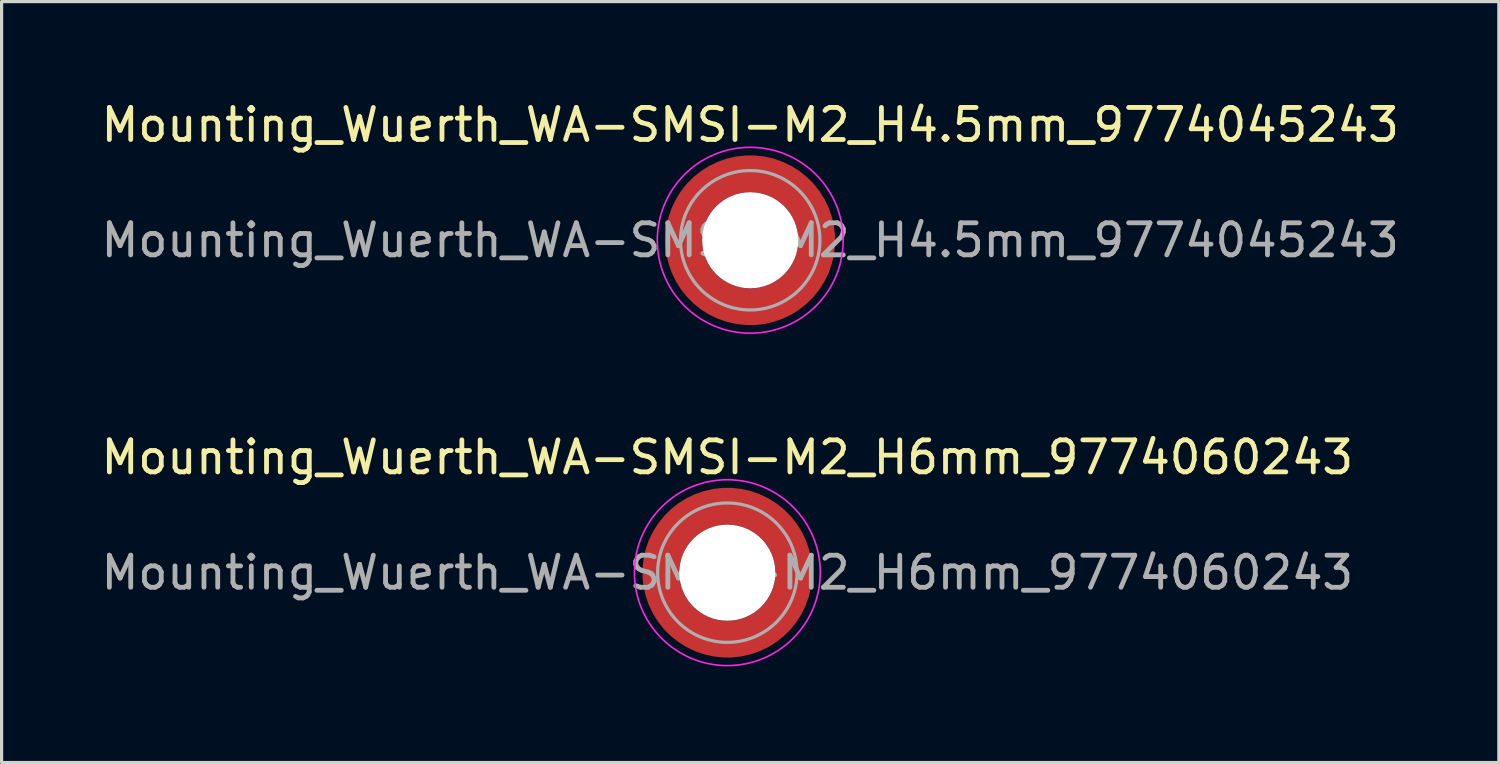
<source format=kicad_pcb>
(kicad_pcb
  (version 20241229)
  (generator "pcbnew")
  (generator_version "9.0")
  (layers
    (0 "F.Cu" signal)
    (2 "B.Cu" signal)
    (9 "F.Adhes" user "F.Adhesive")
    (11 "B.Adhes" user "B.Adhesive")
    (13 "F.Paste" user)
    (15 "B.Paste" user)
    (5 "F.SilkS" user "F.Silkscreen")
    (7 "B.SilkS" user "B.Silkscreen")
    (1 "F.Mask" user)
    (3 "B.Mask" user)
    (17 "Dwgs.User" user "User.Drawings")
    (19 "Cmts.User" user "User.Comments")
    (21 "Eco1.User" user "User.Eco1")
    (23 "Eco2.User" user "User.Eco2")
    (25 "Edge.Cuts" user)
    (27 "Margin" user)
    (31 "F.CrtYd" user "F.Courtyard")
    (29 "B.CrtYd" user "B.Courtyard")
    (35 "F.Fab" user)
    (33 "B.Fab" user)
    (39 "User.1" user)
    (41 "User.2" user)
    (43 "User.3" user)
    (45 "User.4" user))
  (footprint "Mounting_Wuerth_WA-SMSI-M2_H6mm_9774060243"
    (layer "F.Cu")
    (at 19.649 14.822)
    (property "Reference" "Mounting_Wuerth_WA-SMSI-M2_H6mm_9774060243" (at 0 -3.6 0) (layer "F.SilkS") (effects (font (size 1 1) (thickness 0.15))))
    (property "Mouser Part no." "" (at 0 0 0) (layer "F.Fab") (effects (font (size 1.27 1.27) (thickness 0.15))))
    (property "Mouser link" "" (at 0 0 0) (layer "F.Fab") (effects (font (size 1.27 1.27) (thickness 0.15))))
    (attr smd)
    (fp_circle (center 0 0) (end 2.9 0) (stroke (width 0.05) (type solid)) (fill no) (layer "F.CrtYd"))
    (fp_circle (center 0 0) (end 2.175 0) (stroke (width 0.1) (type solid)) (fill no) (layer "F.Fab"))
    (fp_text user "${REFERENCE}" (at 0 0 0) (layer "F.Fab") (effects (font (size 1 1) (thickness 0.15))))
    (pad "" smd custom (at -1.453 -1.453) (size 0.61 0.61) (layers "F.Paste") (options (anchor circle)) (primitives (gr_arc (start -0.147677 1.053104) (mid 0.285964 0.286792) (end 1.051968 -0.147393) (width 0.2)) (gr_arc (start -0.240295 1.053104) (mid 0.22253 0.222946) (end 1.052531 -0.24016) (width 0.2)) (gr_arc (start -0.332645 1.053104) (mid 0.158548 0.15965) (end 1.051583 -0.332304) (width 0.2)) (gr_arc (start -0.424767 1.053104) (mid 0.09486 0.096059) (end 1.051446 -0.424413) (width 0.2)) (gr_arc (start -0.516693 1.053104) (mid 0.031293 0.032346) (end 1.051645 -0.516396) (width 0.2)) (gr_arc (start -0.608448 1.053104) (mid -0.032323 -0.031316) (end 1.051707 -0.608176) (width 0.2)) (gr_arc (start -0.700056 1.053104) (mid -0.09616 -0.094758) (end 1.051155 -0.699693) (width 0.2)) (gr_arc (start -0.791534 1.053104) (mid -0.160388 -0.15781) (end 1.049515 -0.790891) (width 0.2)) (gr_arc (start -0.882896 1.053104) (mid -0.223713 -0.221764) (end 1.050388 -0.882429) (width 0.2)) (gr_arc (start -0.974157 1.053104) (mid -0.287654 -0.285101) (end 1.049541 -0.973567) (width 0.2)) (gr_line (start 1.053 -0.148) (end 1.053 -0.974) (width 0.2)) (gr_line (start -0.148 1.053) (end -0.974 1.053) (width 0.2))))
    (pad "" smd custom (at -1.453 1.453) (size 0.61 0.61) (layers "F.Paste") (options (anchor circle)) (primitives (gr_arc (start 1.053104 0.147677) (mid 0.286792 -0.285964) (end -0.147393 -1.051968) (width 0.2)) (gr_arc (start 1.053104 0.240295) (mid 0.222946 -0.22253) (end -0.24016 -1.052531) (width 0.2)) (gr_arc (start 1.053104 0.332645) (mid 0.15965 -0.158548) (end -0.332304 -1.051583) (width 0.2)) (gr_arc (start 1.053104 0.424767) (mid 0.096059 -0.09486) (end -0.424413 -1.051446) (width 0.2)) (gr_arc (start 1.053104 0.516693) (mid 0.032346 -0.031293) (end -0.516396 -1.051645) (width 0.2)) (gr_arc (start 1.053104 0.608448) (mid -0.031316 0.032323) (end -0.608176 -1.051707) (width 0.2)) (gr_arc (start 1.053104 0.700056) (mid -0.094758 0.09616) (end -0.699693 -1.051155) (width 0.2)) (gr_arc (start 1.053104 0.791534) (mid -0.15781 0.160388) (end -0.790891 -1.049515) (width 0.2)) (gr_arc (start 1.053104 0.882896) (mid -0.221764 0.223713) (end -0.882429 -1.050388) (width 0.2)) (gr_arc (start 1.053104 0.974157) (mid -0.285101 0.287654) (end -0.973567 -1.049541) (width 0.2)) (gr_line (start -0.148 -1.053) (end -0.974 -1.053) (width 0.2)) (gr_line (start 1.053 0.148) (end 1.053 0.974) (width 0.2))))
    (pad "" np_thru_hole circle (at 0 0) (size 3 3) (drill 3) (layers "*.Cu" "*.Mask"))
    (pad "" smd custom (at 1.453 -1.453) (size 0.61 0.61) (layers "F.Paste") (options (anchor circle)) (primitives (gr_arc (start -1.053104 -0.147677) (mid -0.286792 0.285964) (end 0.147393 1.051968) (width 0.2)) (gr_arc (start -1.053104 -0.240295) (mid -0.222946 0.22253) (end 0.24016 1.052531) (width 0.2)) (gr_arc (start -1.053104 -0.332645) (mid -0.15965 0.158548) (end 0.332304 1.051583) (width 0.2)) (gr_arc (start -1.053104 -0.424767) (mid -0.096059 0.09486) (end 0.424413 1.051446) (width 0.2)) (gr_arc (start -1.053104 -0.516693) (mid -0.032346 0.031293) (end 0.516396 1.051645) (width 0.2)) (gr_arc (start -1.053104 -0.608448) (mid 0.031316 -0.032323) (end 0.608176 1.051707) (width 0.2)) (gr_arc (start -1.053104 -0.700056) (mid 0.094758 -0.09616) (end 0.699693 1.051155) (width 0.2)) (gr_arc (start -1.053104 -0.791534) (mid 0.15781 -0.160388) (end 0.790891 1.049515) (width 0.2)) (gr_arc (start -1.053104 -0.882896) (mid 0.221764 -0.223713) (end 0.882429 1.050388) (width 0.2)) (gr_arc (start -1.053104 -0.974157) (mid 0.285101 -0.287654) (end 0.973567 1.049541) (width 0.2)) (gr_line (start 0.148 1.053) (end 0.974 1.053) (width 0.2)) (gr_line (start -1.053 -0.148) (end -1.053 -0.974) (width 0.2))))
    (pad "" smd custom (at 1.453 1.453) (size 0.61 0.61) (layers "F.Paste") (options (anchor circle)) (primitives (gr_arc (start 0.147677 -1.053104) (mid -0.285964 -0.286792) (end -1.051968 0.147393) (width 0.2)) (gr_arc (start 0.240295 -1.053104) (mid -0.22253 -0.222946) (end -1.052531 0.24016) (width 0.2)) (gr_arc (start 0.332645 -1.053104) (mid -0.158548 -0.15965) (end -1.051583 0.332304) (width 0.2)) (gr_arc (start 0.424767 -1.053104) (mid -0.09486 -0.096059) (end -1.051446 0.424413) (width 0.2)) (gr_arc (start 0.516693 -1.053104) (mid -0.031293 -0.032346) (end -1.051645 0.516396) (width 0.2)) (gr_arc (start 0.608448 -1.053104) (mid 0.032323 0.031316) (end -1.051707 0.608176) (width 0.2)) (gr_arc (start 0.700056 -1.053104) (mid 0.09616 0.094758) (end -1.051155 0.699693) (width 0.2)) (gr_arc (start 0.791534 -1.053104) (mid 0.160388 0.15781) (end -1.049515 0.790891) (width 0.2)) (gr_arc (start 0.882896 -1.053104) (mid 0.223713 0.221764) (end -1.050388 0.882429) (width 0.2)) (gr_arc (start 0.974157 -1.053104) (mid 0.287654 0.285101) (end -1.049541 0.973567) (width 0.2)) (gr_line (start -1.053 0.148) (end -1.053 0.974) (width 0.2)) (gr_line (start 0.148 -1.053) (end 0.974 -1.053) (width 0.2))))
    (pad "1" smd circle (at -2.075 0) (size 0.75 0.75) (layers "F.Cu"))
    (pad "1" smd circle (at 0 -2.075) (size 0.75 0.75) (layers "F.Cu"))
    (pad "1" smd circle (at 0 2.075) (size 0.75 0.75) (layers "F.Cu"))
    (pad "1" smd custom (at 2.075 0) (size 0.75 0.75) (layers "F.Cu" "F.Mask") (options (anchor circle)) (primitives (gr_circle (center -2.075 0) (end 0 0) (width 1.15) (fill no)))))
  (footprint "Mounting_Wuerth_WA-SMSI-M2_H4.5mm_9774045243"
    (layer "F.Cu")
    (at 20.363 4.448)
    (property "Reference" "Mounting_Wuerth_WA-SMSI-M2_H4.5mm_9774045243" (at 0 -3.6 0) (layer "F.SilkS") (effects (font (size 1 1) (thickness 0.15))))
    (property "Mouser Part no." "" (at 0 0 0) (layer "F.Fab") (effects (font (size 1.27 1.27) (thickness 0.15))))
    (property "Mouser link" "" (at 0 0 0) (layer "F.Fab") (effects (font (size 1.27 1.27) (thickness 0.15))))
    (attr smd)
    (fp_circle (center 0 0) (end 2.9 0) (stroke (width 0.05) (type solid)) (fill no) (layer "F.CrtYd"))
    (fp_circle (center 0 0) (end 2.175 0) (stroke (width 0.1) (type solid)) (fill no) (layer "F.Fab"))
    (fp_text user "${REFERENCE}" (at 0 0 0) (layer "F.Fab") (effects (font (size 1 1) (thickness 0.15))))
    (pad "" smd custom (at -1.453 -1.453) (size 0.61 0.61) (layers "F.Paste") (options (anchor circle)) (primitives (gr_arc (start -0.147677 1.053104) (mid 0.285964 0.286792) (end 1.051968 -0.147393) (width 0.2)) (gr_arc (start -0.240295 1.053104) (mid 0.22253 0.222946) (end 1.052531 -0.24016) (width 0.2)) (gr_arc (start -0.332645 1.053104) (mid 0.158548 0.15965) (end 1.051583 -0.332304) (width 0.2)) (gr_arc (start -0.424767 1.053104) (mid 0.09486 0.096059) (end 1.051446 -0.424413) (width 0.2)) (gr_arc (start -0.516693 1.053104) (mid 0.031293 0.032346) (end 1.051645 -0.516396) (width 0.2)) (gr_arc (start -0.608448 1.053104) (mid -0.032323 -0.031316) (end 1.051707 -0.608176) (width 0.2)) (gr_arc (start -0.700056 1.053104) (mid -0.09616 -0.094758) (end 1.051155 -0.699693) (width 0.2)) (gr_arc (start -0.791534 1.053104) (mid -0.160388 -0.15781) (end 1.049515 -0.790891) (width 0.2)) (gr_arc (start -0.882896 1.053104) (mid -0.223713 -0.221764) (end 1.050388 -0.882429) (width 0.2)) (gr_arc (start -0.974157 1.053104) (mid -0.287654 -0.285101) (end 1.049541 -0.973567) (width 0.2)) (gr_line (start 1.053 -0.148) (end 1.053 -0.974) (width 0.2)) (gr_line (start -0.148 1.053) (end -0.974 1.053) (width 0.2))))
    (pad "" smd custom (at -1.453 1.453) (size 0.61 0.61) (layers "F.Paste") (options (anchor circle)) (primitives (gr_arc (start 1.053104 0.147677) (mid 0.286792 -0.285964) (end -0.147393 -1.051968) (width 0.2)) (gr_arc (start 1.053104 0.240295) (mid 0.222946 -0.22253) (end -0.24016 -1.052531) (width 0.2)) (gr_arc (start 1.053104 0.332645) (mid 0.15965 -0.158548) (end -0.332304 -1.051583) (width 0.2)) (gr_arc (start 1.053104 0.424767) (mid 0.096059 -0.09486) (end -0.424413 -1.051446) (width 0.2)) (gr_arc (start 1.053104 0.516693) (mid 0.032346 -0.031293) (end -0.516396 -1.051645) (width 0.2)) (gr_arc (start 1.053104 0.608448) (mid -0.031316 0.032323) (end -0.608176 -1.051707) (width 0.2)) (gr_arc (start 1.053104 0.700056) (mid -0.094758 0.09616) (end -0.699693 -1.051155) (width 0.2)) (gr_arc (start 1.053104 0.791534) (mid -0.15781 0.160388) (end -0.790891 -1.049515) (width 0.2)) (gr_arc (start 1.053104 0.882896) (mid -0.221764 0.223713) (end -0.882429 -1.050388) (width 0.2)) (gr_arc (start 1.053104 0.974157) (mid -0.285101 0.287654) (end -0.973567 -1.049541) (width 0.2)) (gr_line (start -0.148 -1.053) (end -0.974 -1.053) (width 0.2)) (gr_line (start 1.053 0.148) (end 1.053 0.974) (width 0.2))))
    (pad "" np_thru_hole circle (at 0 0) (size 3 3) (drill 3) (layers "*.Cu" "*.Mask"))
    (pad "" smd custom (at 1.453 -1.453) (size 0.61 0.61) (layers "F.Paste") (options (anchor circle)) (primitives (gr_arc (start -1.053104 -0.147677) (mid -0.286792 0.285964) (end 0.147393 1.051968) (width 0.2)) (gr_arc (start -1.053104 -0.240295) (mid -0.222946 0.22253) (end 0.24016 1.052531) (width 0.2)) (gr_arc (start -1.053104 -0.332645) (mid -0.15965 0.158548) (end 0.332304 1.051583) (width 0.2)) (gr_arc (start -1.053104 -0.424767) (mid -0.096059 0.09486) (end 0.424413 1.051446) (width 0.2)) (gr_arc (start -1.053104 -0.516693) (mid -0.032346 0.031293) (end 0.516396 1.051645) (width 0.2)) (gr_arc (start -1.053104 -0.608448) (mid 0.031316 -0.032323) (end 0.608176 1.051707) (width 0.2)) (gr_arc (start -1.053104 -0.700056) (mid 0.094758 -0.09616) (end 0.699693 1.051155) (width 0.2)) (gr_arc (start -1.053104 -0.791534) (mid 0.15781 -0.160388) (end 0.790891 1.049515) (width 0.2)) (gr_arc (start -1.053104 -0.882896) (mid 0.221764 -0.223713) (end 0.882429 1.050388) (width 0.2)) (gr_arc (start -1.053104 -0.974157) (mid 0.285101 -0.287654) (end 0.973567 1.049541) (width 0.2)) (gr_line (start 0.148 1.053) (end 0.974 1.053) (width 0.2)) (gr_line (start -1.053 -0.148) (end -1.053 -0.974) (width 0.2))))
    (pad "" smd custom (at 1.453 1.453) (size 0.61 0.61) (layers "F.Paste") (options (anchor circle)) (primitives (gr_arc (start 0.147677 -1.053104) (mid -0.285964 -0.286792) (end -1.051968 0.147393) (width 0.2)) (gr_arc (start 0.240295 -1.053104) (mid -0.22253 -0.222946) (end -1.052531 0.24016) (width 0.2)) (gr_arc (start 0.332645 -1.053104) (mid -0.158548 -0.15965) (end -1.051583 0.332304) (width 0.2)) (gr_arc (start 0.424767 -1.053104) (mid -0.09486 -0.096059) (end -1.051446 0.424413) (width 0.2)) (gr_arc (start 0.516693 -1.053104) (mid -0.031293 -0.032346) (end -1.051645 0.516396) (width 0.2)) (gr_arc (start 0.608448 -1.053104) (mid 0.032323 0.031316) (end -1.051707 0.608176) (width 0.2)) (gr_arc (start 0.700056 -1.053104) (mid 0.09616 0.094758) (end -1.051155 0.699693) (width 0.2)) (gr_arc (start 0.791534 -1.053104) (mid 0.160388 0.15781) (end -1.049515 0.790891) (width 0.2)) (gr_arc (start 0.882896 -1.053104) (mid 0.223713 0.221764) (end -1.050388 0.882429) (width 0.2)) (gr_arc (start 0.974157 -1.053104) (mid 0.287654 0.285101) (end -1.049541 0.973567) (width 0.2)) (gr_line (start -1.053 0.148) (end -1.053 0.974) (width 0.2)) (gr_line (start 0.148 -1.053) (end 0.974 -1.053) (width 0.2))))
    (pad "1" smd circle (at -2.075 0) (size 0.75 0.75) (layers "F.Cu"))
    (pad "1" smd circle (at 0 -2.075) (size 0.75 0.75) (layers "F.Cu"))
    (pad "1" smd circle (at 0 2.075) (size 0.75 0.75) (layers "F.Cu"))
    (pad "1" smd custom (at 2.075 0) (size 0.75 0.75) (layers "F.Cu" "F.Mask") (options (anchor circle)) (primitives (gr_circle (center -2.075 0) (end 0 0) (width 1.15) (fill no)))))
  (gr_rect
    (start -3 -3)
    (end 43.726 20.747)
    (stroke (width 0.1) (type default))
    (fill no)
    (layer "Edge.Cuts")))
</source>
